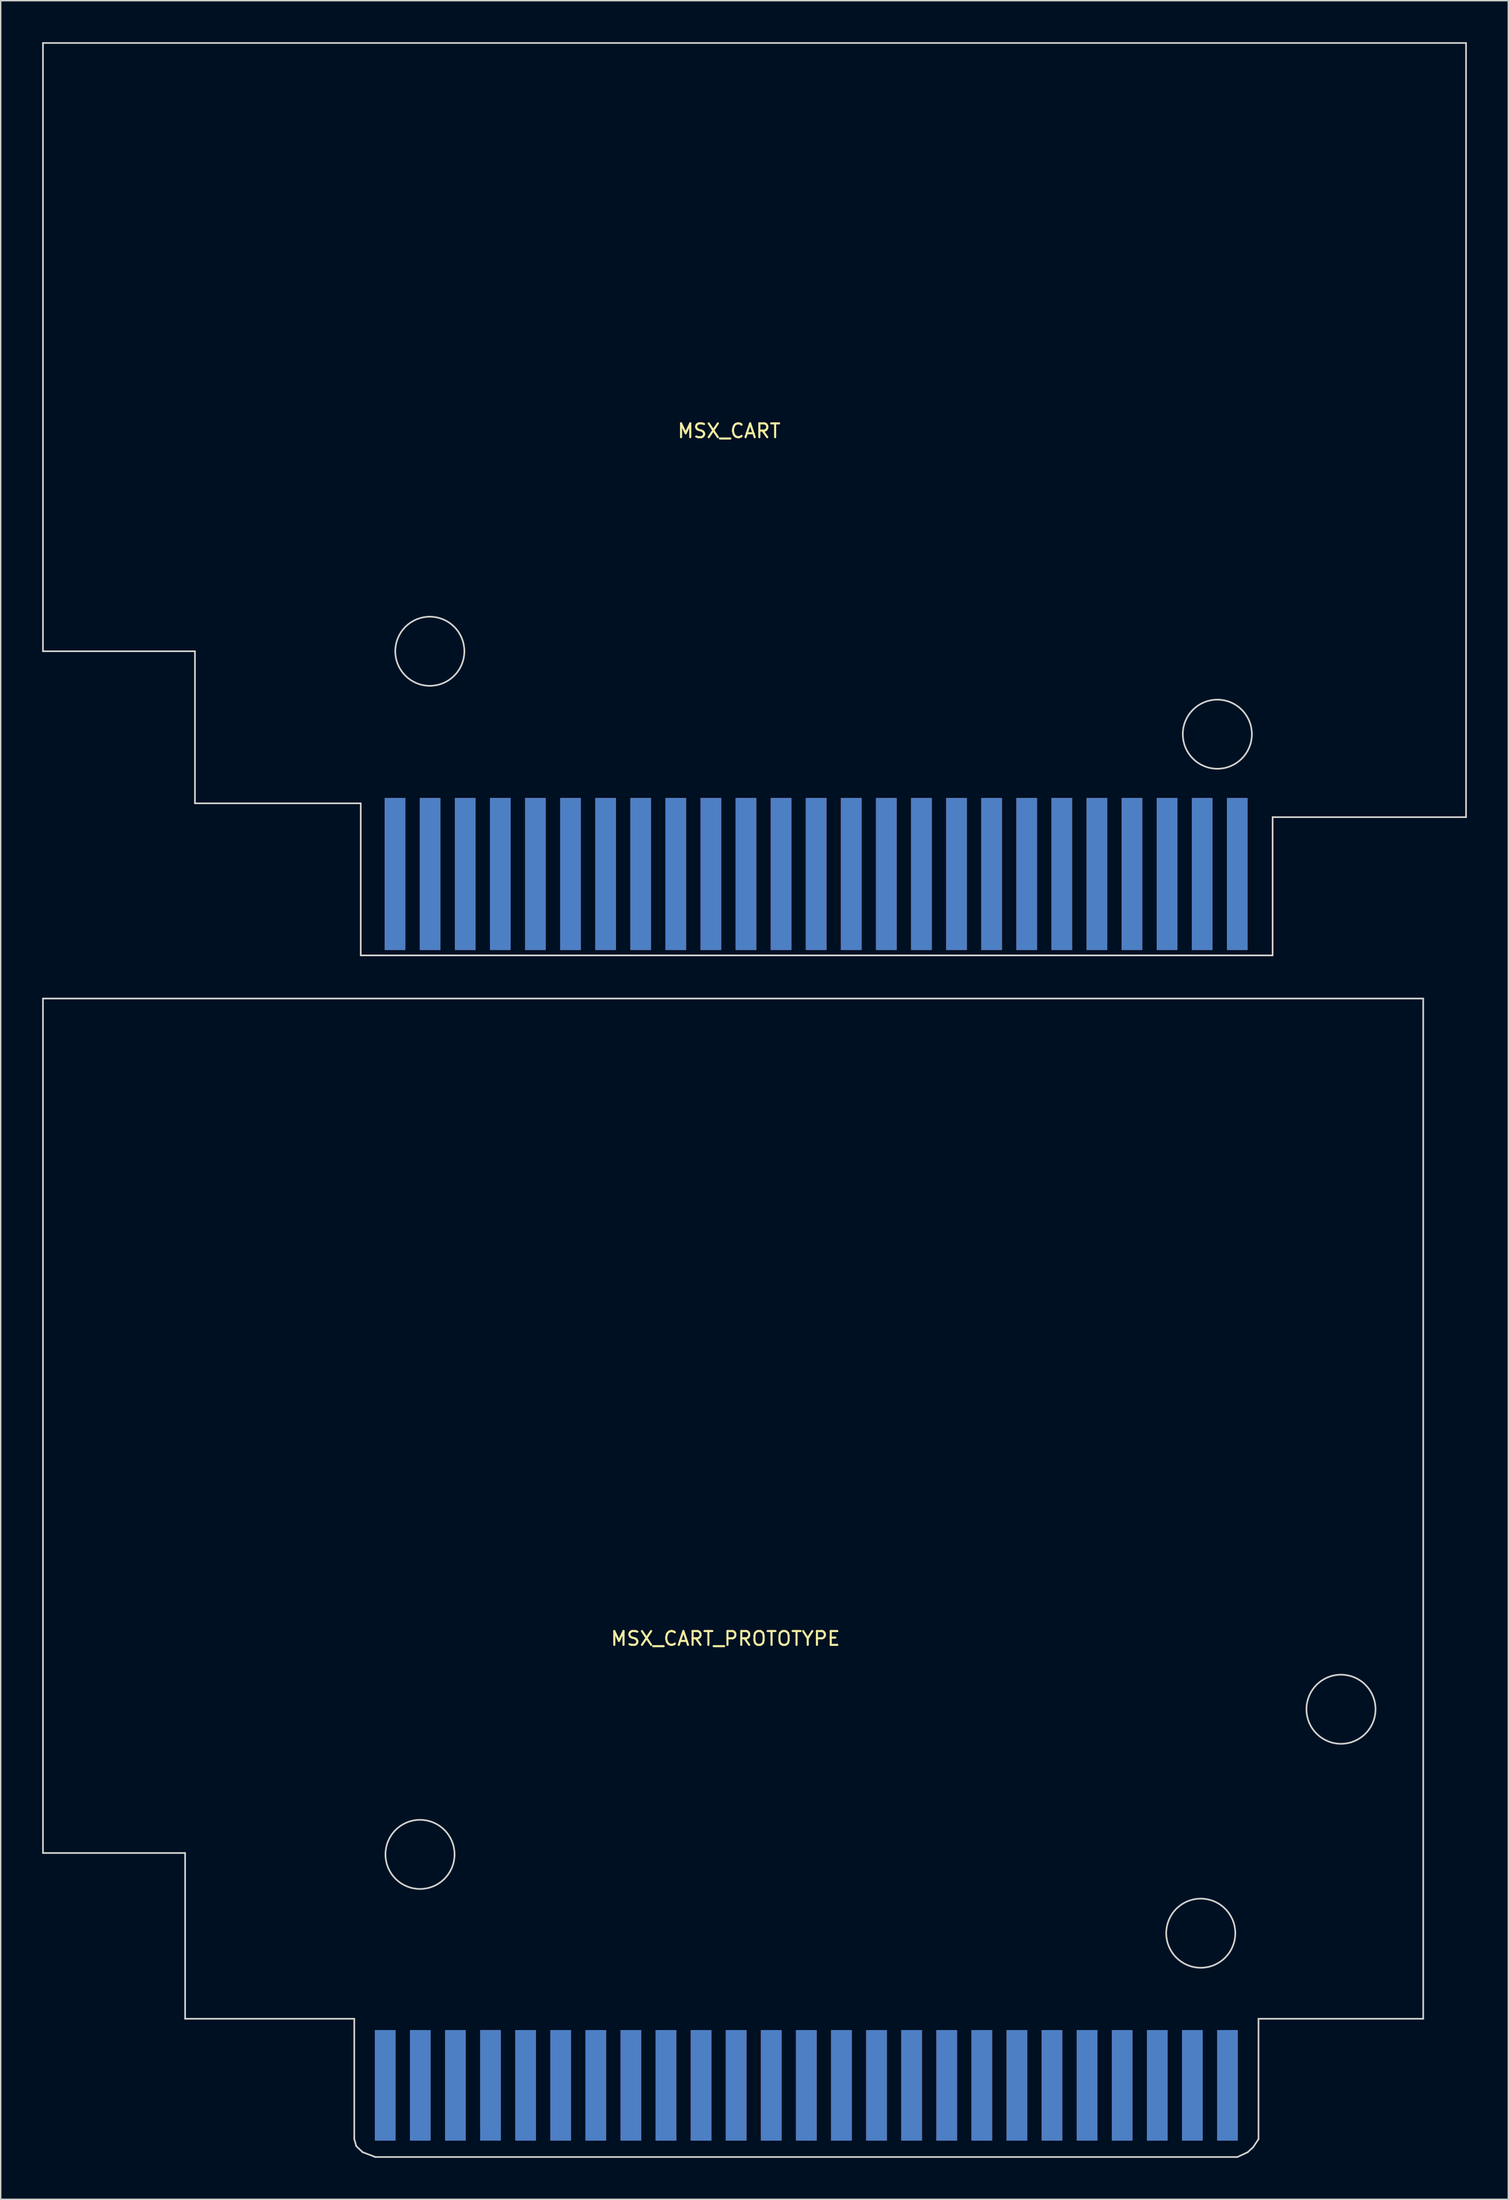
<source format=kicad_pcb>
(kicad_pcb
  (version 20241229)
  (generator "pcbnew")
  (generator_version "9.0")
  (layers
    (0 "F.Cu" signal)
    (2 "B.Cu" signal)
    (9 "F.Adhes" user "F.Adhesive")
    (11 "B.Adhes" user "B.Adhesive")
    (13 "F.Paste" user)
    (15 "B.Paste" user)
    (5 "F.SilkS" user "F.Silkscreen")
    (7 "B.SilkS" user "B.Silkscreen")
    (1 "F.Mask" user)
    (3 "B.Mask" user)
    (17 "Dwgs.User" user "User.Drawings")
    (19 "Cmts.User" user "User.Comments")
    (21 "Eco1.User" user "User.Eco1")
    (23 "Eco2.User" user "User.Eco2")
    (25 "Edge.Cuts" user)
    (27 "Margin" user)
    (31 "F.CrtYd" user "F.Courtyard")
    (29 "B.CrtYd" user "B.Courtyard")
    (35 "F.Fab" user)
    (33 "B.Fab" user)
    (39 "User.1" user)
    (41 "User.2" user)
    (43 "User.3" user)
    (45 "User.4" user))
  (footprint "MSX_CART_PROTOTYPE"
    (layer "F.Cu")
    (at 49.96 118.48)
    (property "Reference" "MSX_CART_PROTOTYPE" (at -0.5 -3 0) (layer "F.SilkS") (effects (font (size 1 1) (thickness 0.15))))
    (attr through_hole)
    (fp_line (start -49.9 12.512) (end -49.9 -49.3) (stroke (width 0.12) (type solid)) (layer "Edge.Cuts"))
    (fp_line (start -49.9 12.512) (end -39.61 12.512) (stroke (width 0.12) (type solid)) (layer "Edge.Cuts"))
    (fp_line (start -39.61 12.512) (end -39.61 24.5) (stroke (width 0.12) (type solid)) (layer "Edge.Cuts"))
    (fp_line (start -39.61 24.5) (end -27.37 24.5) (stroke (width 0.12) (type solid)) (layer "Edge.Cuts"))
    (fp_line (start -27.37 33.203) (end -27.37 24.5) (stroke (width 0.12) (type solid)) (layer "Edge.Cuts"))
    (fp_line (start -27.37 33.203) (end -27.219 33.722) (stroke (width 0.12) (type solid)) (layer "Edge.Cuts"))
    (fp_line (start -27.219 33.722) (end -26.765 34.153) (stroke (width 0.12) (type solid)) (layer "Edge.Cuts"))
    (fp_line (start -26.765 34.153) (end -25.842 34.502) (stroke (width 0.12) (type solid)) (layer "Edge.Cuts"))
    (fp_line (start -25.842 34.502) (end 36.551 34.502) (stroke (width 0.12) (type solid)) (layer "Edge.Cuts"))
    (fp_line (start 36.551 34.502) (end 37.295 34.156) (stroke (width 0.12) (type solid)) (layer "Edge.Cuts"))
    (fp_line (start 37.295 34.156) (end 37.698 33.786) (stroke (width 0.12) (type solid)) (layer "Edge.Cuts"))
    (fp_line (start 37.698 33.786) (end 38.08 33.203) (stroke (width 0.12) (type solid)) (layer "Edge.Cuts"))
    (fp_line (start 38.08 24.5) (end 38.08 33.203) (stroke (width 0.12) (type solid)) (layer "Edge.Cuts"))
    (fp_line (start 38.08 24.5) (end 50 24.5) (stroke (width 0.12) (type solid)) (layer "Edge.Cuts"))
    (fp_line (start 50 -49.3) (end -49.9 -49.3) (stroke (width 0.12) (type solid)) (layer "Edge.Cuts"))
    (fp_line (start 50 -49.3) (end 50 24.5) (stroke (width 0.12) (type solid)) (layer "Edge.Cuts"))
    (fp_circle (center -22.61 12.612) (end -20.11 12.612) (stroke (width 0.12) (type solid)) (fill no) (layer "Edge.Cuts"))
    (fp_circle (center 33.9 18.312) (end 36.4 18.312) (stroke (width 0.12) (type solid)) (fill no) (layer "Edge.Cuts"))
    (fp_circle (center 44.05 2.112) (end 46.55 2.112) (stroke (width 0.12) (type solid)) (fill no) (layer "Edge.Cuts"))
    (pad "1" connect rect (at 35.832 29.319) (size 1.5 8) (layers "B.Cu" "B.Mask"))
    (pad "2" connect rect (at 35.832 29.319) (size 1.5 8) (layers "F.Cu" "F.Mask"))
    (pad "3" connect rect (at 33.292 29.319) (size 1.5 8) (layers "B.Cu" "B.Mask"))
    (pad "4" connect rect (at 33.292 29.319) (size 1.5 8) (layers "F.Cu" "F.Mask"))
    (pad "5" connect rect (at 30.752 29.319) (size 1.5 8) (layers "B.Cu" "B.Mask"))
    (pad "6" connect rect (at 30.752 29.319) (size 1.5 8) (layers "F.Cu" "F.Mask"))
    (pad "7" connect rect (at 28.212 29.319) (size 1.5 8) (layers "B.Cu" "B.Mask"))
    (pad "8" connect rect (at 28.212 29.319) (size 1.5 8) (layers "F.Cu" "F.Mask"))
    (pad "9" connect rect (at 25.672 29.319) (size 1.5 8) (layers "B.Cu" "B.Mask"))
    (pad "10" connect rect (at 25.672 29.319) (size 1.5 8) (layers "F.Cu" "F.Mask"))
    (pad "11" connect rect (at 23.132 29.319) (size 1.5 8) (layers "B.Cu" "B.Mask"))
    (pad "12" connect rect (at 23.132 29.319) (size 1.5 8) (layers "F.Cu" "F.Mask"))
    (pad "13" connect rect (at 20.592 29.319) (size 1.5 8) (layers "B.Cu" "B.Mask"))
    (pad "14" connect rect (at 20.592 29.319) (size 1.5 8) (layers "F.Cu" "F.Mask"))
    (pad "15" connect rect (at 18.052 29.319) (size 1.5 8) (layers "B.Cu" "B.Mask"))
    (pad "16" connect rect (at 18.052 29.319) (size 1.5 8) (layers "F.Cu" "F.Mask"))
    (pad "17" connect rect (at 15.512 29.319) (size 1.5 8) (layers "B.Cu" "B.Mask"))
    (pad "18" connect rect (at 15.512 29.319) (size 1.5 8) (layers "F.Cu" "F.Mask"))
    (pad "19" connect rect (at 12.972 29.319) (size 1.5 8) (layers "B.Cu" "B.Mask"))
    (pad "20" connect rect (at 12.972 29.319) (size 1.5 8) (layers "F.Cu" "F.Mask"))
    (pad "21" connect rect (at 10.432 29.319) (size 1.5 8) (layers "B.Cu" "B.Mask"))
    (pad "22" connect rect (at 10.432 29.319) (size 1.5 8) (layers "F.Cu" "F.Mask"))
    (pad "23" connect rect (at 7.892 29.319) (size 1.5 8) (layers "B.Cu" "B.Mask"))
    (pad "24" connect rect (at 7.892 29.319) (size 1.5 8) (layers "F.Cu" "F.Mask"))
    (pad "25" connect rect (at 5.352 29.319) (size 1.5 8) (layers "B.Cu" "B.Mask"))
    (pad "26" connect rect (at 5.352 29.319) (size 1.5 8) (layers "F.Cu" "F.Mask"))
    (pad "27" connect rect (at 2.812 29.319) (size 1.5 8) (layers "B.Cu" "B.Mask"))
    (pad "28" connect rect (at 2.812 29.319) (size 1.5 8) (layers "F.Cu" "F.Mask"))
    (pad "29" connect rect (at 0.272 29.319) (size 1.5 8) (layers "B.Cu" "B.Mask"))
    (pad "30" connect rect (at 0.272 29.319) (size 1.5 8) (layers "F.Cu" "F.Mask"))
    (pad "31" connect rect (at -2.268 29.319) (size 1.5 8) (layers "B.Cu" "B.Mask"))
    (pad "32" connect rect (at -2.268 29.319) (size 1.5 8) (layers "F.Cu" "F.Mask"))
    (pad "33" connect rect (at -4.808 29.319) (size 1.5 8) (layers "B.Cu" "B.Mask"))
    (pad "34" connect rect (at -4.808 29.319) (size 1.5 8) (layers "F.Cu" "F.Mask"))
    (pad "35" connect rect (at -7.348 29.319) (size 1.5 8) (layers "B.Cu" "B.Mask"))
    (pad "36" connect rect (at -7.348 29.319) (size 1.5 8) (layers "F.Cu" "F.Mask"))
    (pad "37" connect rect (at -9.888 29.319) (size 1.5 8) (layers "B.Cu" "B.Mask"))
    (pad "38" connect rect (at -9.888 29.319) (size 1.5 8) (layers "F.Cu" "F.Mask"))
    (pad "39" connect rect (at -12.428 29.319) (size 1.5 8) (layers "B.Cu" "B.Mask"))
    (pad "40" connect rect (at -12.428 29.319) (size 1.5 8) (layers "F.Cu" "F.Mask"))
    (pad "41" connect rect (at -14.968 29.319) (size 1.5 8) (layers "B.Cu" "B.Mask"))
    (pad "42" connect rect (at -14.968 29.319) (size 1.5 8) (layers "F.Cu" "F.Mask"))
    (pad "43" connect rect (at -17.508 29.319) (size 1.5 8) (layers "B.Cu" "B.Mask"))
    (pad "44" connect rect (at -17.513 28.811) (size 1.5 7) (layers "F.Cu" "F.Mask"))
    (pad "45" connect rect (at -20.048 29.319) (size 1.5 8) (layers "B.Cu" "B.Mask"))
    (pad "46" connect rect (at -20.048 29.319) (size 1.5 8) (layers "F.Cu" "F.Mask"))
    (pad "47" connect rect (at -22.588 29.319) (size 1.5 8) (layers "B.Cu" "B.Mask"))
    (pad "48" connect rect (at -22.588 29.319) (size 1.5 8) (layers "F.Cu" "F.Mask"))
    (pad "49" connect rect (at -25.128 29.319) (size 1.5 8) (layers "B.Cu" "B.Mask"))
    (pad "50" connect rect (at -25.128 29.319) (size 1.5 8) (layers "F.Cu" "F.Mask")))
  (footprint "MSX_CART"
    (layer "F.Cu")
    (at 49.72 30.66)
    (property "Reference" "MSX_CART" (at 0 -2.54 0) (layer "F.SilkS") (effects (font (size 1 1) (thickness 0.15))))
    (attr through_hole)
    (fp_line (start -49.66 13.4) (end -49.66 -30.6) (stroke (width 0.12) (type solid)) (layer "Edge.Cuts"))
    (fp_line (start -49.66 13.4) (end -38.66 13.4) (stroke (width 0.12) (type solid)) (layer "Edge.Cuts"))
    (fp_line (start -38.66 13.4) (end -38.66 24.4) (stroke (width 0.12) (type solid)) (layer "Edge.Cuts"))
    (fp_line (start -38.66 24.4) (end -26.66 24.4) (stroke (width 0.12) (type solid)) (layer "Edge.Cuts"))
    (fp_line (start -26.66 35.4) (end -26.66 24.4) (stroke (width 0.12) (type solid)) (layer "Edge.Cuts"))
    (fp_line (start -26.66 35.4) (end 39.34 35.4) (stroke (width 0.12) (type solid)) (layer "Edge.Cuts"))
    (fp_line (start 39.34 25.4) (end 39.34 35.4) (stroke (width 0.12) (type solid)) (layer "Edge.Cuts"))
    (fp_line (start 39.34 25.4) (end 53.34 25.4) (stroke (width 0.12) (type solid)) (layer "Edge.Cuts"))
    (fp_line (start 53.34 -30.6) (end -49.66 -30.6) (stroke (width 0.12) (type solid)) (layer "Edge.Cuts"))
    (fp_line (start 53.34 -30.6) (end 53.34 25.4) (stroke (width 0.12) (type solid)) (layer "Edge.Cuts"))
    (fp_circle (center -21.66 13.4) (end -19.16 13.4) (stroke (width 0.12) (type solid)) (fill no) (layer "Edge.Cuts"))
    (fp_circle (center 35.34 19.4) (end 37.84 19.4) (stroke (width 0.12) (type solid)) (fill no) (layer "Edge.Cuts"))
    (pad "1" connect rect (at 36.782 29.514) (size 1.5 11) (layers "B.Cu" "B.Mask"))
    (pad "2" connect rect (at 36.782 29.514) (size 1.5 11) (layers "F.Cu" "F.Mask"))
    (pad "3" connect rect (at 34.242 29.514) (size 1.5 11) (layers "B.Cu" "B.Mask"))
    (pad "4" connect rect (at 34.242 29.514) (size 1.5 11) (layers "F.Cu" "F.Mask"))
    (pad "5" connect rect (at 31.702 29.514) (size 1.5 11) (layers "B.Cu" "B.Mask"))
    (pad "6" connect rect (at 31.702 29.514) (size 1.5 11) (layers "F.Cu" "F.Mask"))
    (pad "7" connect rect (at 29.162 29.514) (size 1.5 11) (layers "B.Cu" "B.Mask"))
    (pad "8" connect rect (at 29.162 29.514) (size 1.5 11) (layers "F.Cu" "F.Mask"))
    (pad "9" connect rect (at 26.622 29.514) (size 1.5 11) (layers "B.Cu" "B.Mask"))
    (pad "10" connect rect (at 26.622 29.514) (size 1.5 11) (layers "F.Cu" "F.Mask"))
    (pad "11" connect rect (at 24.082 29.514) (size 1.5 11) (layers "B.Cu" "B.Mask"))
    (pad "12" connect rect (at 24.082 29.514) (size 1.5 11) (layers "F.Cu" "F.Mask"))
    (pad "13" connect rect (at 21.542 29.514) (size 1.5 11) (layers "B.Cu" "B.Mask"))
    (pad "14" connect rect (at 21.542 29.514) (size 1.5 11) (layers "F.Cu" "F.Mask"))
    (pad "15" connect rect (at 19.002 29.514) (size 1.5 11) (layers "B.Cu" "B.Mask"))
    (pad "16" connect rect (at 19.002 29.514) (size 1.5 11) (layers "F.Cu" "F.Mask"))
    (pad "17" connect rect (at 16.462 29.514) (size 1.5 11) (layers "B.Cu" "B.Mask"))
    (pad "18" connect rect (at 16.462 29.514) (size 1.5 11) (layers "F.Cu" "F.Mask"))
    (pad "19" connect rect (at 13.922 29.514) (size 1.5 11) (layers "B.Cu" "B.Mask"))
    (pad "20" connect rect (at 13.922 29.514) (size 1.5 11) (layers "F.Cu" "F.Mask"))
    (pad "21" connect rect (at 11.382 29.514) (size 1.5 11) (layers "B.Cu" "B.Mask"))
    (pad "22" connect rect (at 11.382 29.514) (size 1.5 11) (layers "F.Cu" "F.Mask"))
    (pad "23" connect rect (at 8.842 29.514) (size 1.5 11) (layers "B.Cu" "B.Mask"))
    (pad "24" connect rect (at 8.842 29.514) (size 1.5 11) (layers "F.Cu" "F.Mask"))
    (pad "25" connect rect (at 6.302 29.514) (size 1.5 11) (layers "B.Cu" "B.Mask"))
    (pad "26" connect rect (at 6.302 29.514) (size 1.5 11) (layers "F.Cu" "F.Mask"))
    (pad "27" connect rect (at 3.762 29.514) (size 1.5 11) (layers "B.Cu" "B.Mask"))
    (pad "28" connect rect (at 3.762 29.514) (size 1.5 11) (layers "F.Cu" "F.Mask"))
    (pad "29" connect rect (at 1.222 29.514) (size 1.5 11) (layers "B.Cu" "B.Mask"))
    (pad "30" connect rect (at 1.222 29.514) (size 1.5 11) (layers "F.Cu" "F.Mask"))
    (pad "31" connect rect (at -1.318 29.514) (size 1.5 11) (layers "B.Cu" "B.Mask"))
    (pad "32" connect rect (at -1.318 29.514) (size 1.5 11) (layers "F.Cu" "F.Mask"))
    (pad "33" connect rect (at -3.858 29.514) (size 1.5 11) (layers "B.Cu" "B.Mask"))
    (pad "34" connect rect (at -3.858 29.514) (size 1.5 11) (layers "F.Cu" "F.Mask"))
    (pad "35" connect rect (at -6.398 29.514) (size 1.5 11) (layers "B.Cu" "B.Mask"))
    (pad "36" connect rect (at -6.398 29.514) (size 1.5 11) (layers "F.Cu" "F.Mask"))
    (pad "37" connect rect (at -8.938 29.514) (size 1.5 11) (layers "B.Cu" "B.Mask"))
    (pad "38" connect rect (at -8.938 29.514) (size 1.5 11) (layers "F.Cu" "F.Mask"))
    (pad "39" connect rect (at -11.478 29.514) (size 1.5 11) (layers "B.Cu" "B.Mask"))
    (pad "40" connect rect (at -11.478 29.514) (size 1.5 11) (layers "F.Cu" "F.Mask"))
    (pad "41" connect rect (at -14.018 29.514) (size 1.5 11) (layers "B.Cu" "B.Mask"))
    (pad "42" connect rect (at -14.018 29.514) (size 1.5 11) (layers "F.Cu" "F.Mask"))
    (pad "43" connect rect (at -16.558 29.514) (size 1.5 11) (layers "B.Cu" "B.Mask"))
    (pad "44" connect rect (at -16.558 29.514) (size 1.5 11) (layers "F.Cu" "F.Mask"))
    (pad "45" connect rect (at -19.098 29.514) (size 1.5 11) (layers "B.Cu" "B.Mask"))
    (pad "46" connect rect (at -19.098 29.514) (size 1.5 11) (layers "F.Cu" "F.Mask"))
    (pad "47" connect rect (at -21.638 29.514) (size 1.5 11) (layers "B.Cu" "B.Mask"))
    (pad "48" connect rect (at -21.638 29.514) (size 1.5 11) (layers "F.Cu" "F.Mask"))
    (pad "49" connect rect (at -24.178 29.514) (size 1.5 11) (layers "B.Cu" "B.Mask"))
    (pad "50" connect rect (at -24.178 29.514) (size 1.5 11) (layers "F.Cu" "F.Mask")))
  (gr_rect
    (start -3 -3)
    (end 106.12 156.042)
    (stroke (width 0.1) (type default))
    (fill no)
    (layer "Edge.Cuts")))
</source>
